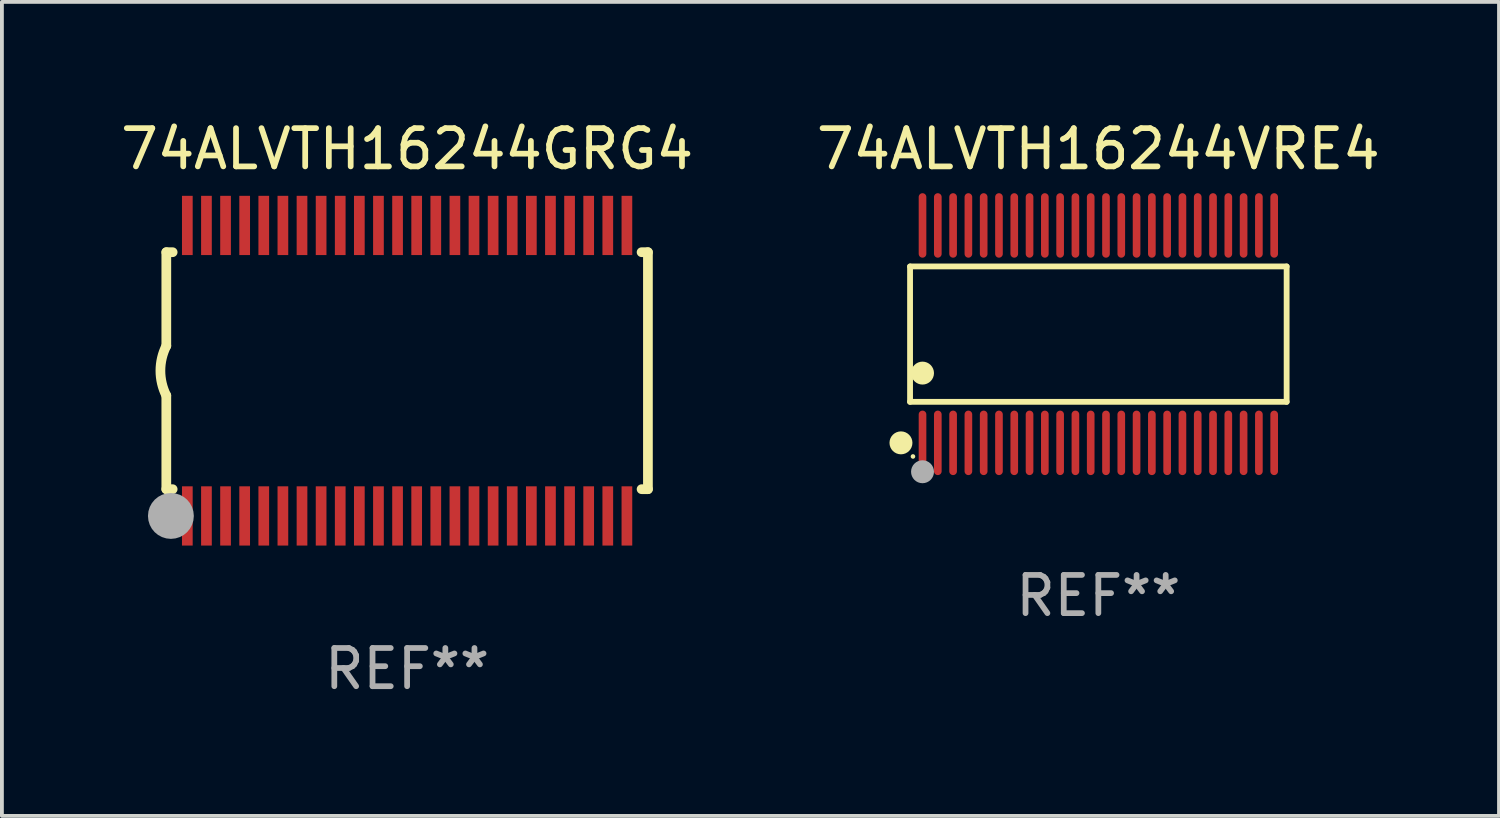
<source format=kicad_pcb>
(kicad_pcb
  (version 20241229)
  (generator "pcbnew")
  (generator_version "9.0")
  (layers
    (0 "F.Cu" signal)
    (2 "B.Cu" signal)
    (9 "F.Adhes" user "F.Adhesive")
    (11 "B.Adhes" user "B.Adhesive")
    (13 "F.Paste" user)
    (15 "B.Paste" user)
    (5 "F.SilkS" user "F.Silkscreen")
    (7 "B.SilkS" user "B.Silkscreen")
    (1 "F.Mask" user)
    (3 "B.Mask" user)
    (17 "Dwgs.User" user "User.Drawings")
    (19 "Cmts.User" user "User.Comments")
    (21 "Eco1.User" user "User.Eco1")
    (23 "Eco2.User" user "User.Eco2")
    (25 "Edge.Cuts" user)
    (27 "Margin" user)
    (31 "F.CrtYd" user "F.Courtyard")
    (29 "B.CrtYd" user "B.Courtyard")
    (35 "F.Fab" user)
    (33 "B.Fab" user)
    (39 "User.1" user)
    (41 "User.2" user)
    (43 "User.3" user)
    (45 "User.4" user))
  (footprint "74ALVTH16244GRG4"
    (layer "F.Cu")
    (at 7.601 6.648)
    (property "Reference" "74ALVTH16244GRG4" (at 0 -5.8 0) (layer "F.SilkS") (effects (font (size 1 1) (thickness 0.15))))
    (attr through_hole)
    (fp_line (start -6.3 -3.1) (end -6.3 -0.65) (stroke (width 0.254) (type solid)) (layer "F.SilkS"))
    (fp_line (start -6.3 -3.1) (end -6.134 -3.1) (stroke (width 0.254) (type solid)) (layer "F.SilkS"))
    (fp_line (start -6.3 3.1) (end -6.3 0.65) (stroke (width 0.254) (type solid)) (layer "F.SilkS"))
    (fp_line (start -6.3 3.1) (end -6.134 3.1) (stroke (width 0.254) (type solid)) (layer "F.SilkS"))
    (fp_line (start 6.134 -3.1) (end 6.3 -3.1) (stroke (width 0.254) (type solid)) (layer "F.SilkS"))
    (fp_line (start 6.134 3.1) (end 6.3 3.1) (stroke (width 0.254) (type solid)) (layer "F.SilkS"))
    (fp_line (start 6.3 -3.1) (end 6.3 3.1) (stroke (width 0.254) (type solid)) (layer "F.SilkS"))
    (fp_arc (start -6.301016 0.650114) (mid -6.45413 -0.000082) (end -6.3 -0.650038) (stroke (width 0.254001) (type solid)) (layer "F.SilkS"))
    (fp_circle (center -6.35 3.81) (end -6.223 3.81) (stroke (width 0.254) (type solid)) (fill no) (layer "F.SilkS"))
    (fp_circle (center -6.25 4.05) (end -6.22 4.05) (stroke (width 0.06) (type solid)) (fill no) (layer "F.SilkS"))
    (fp_circle (center -6.18 3.8) (end -5.88 3.8) (stroke (width 0.6) (type solid)) (fill no) (layer "F.Fab"))
    (fp_text user "REF**" (at 0 7.8 0) (layer "F.Fab") (effects (font (size 1 1) (thickness 0.15))))
    (pad "1" smd rect (at -5.75 3.8) (size 0.28 1.55) (layers "F.Cu" "F.Mask" "F.Paste"))
    (pad "2" smd rect (at -5.25 3.8) (size 0.28 1.55) (layers "F.Cu" "F.Mask" "F.Paste"))
    (pad "3" smd rect (at -4.75 3.8) (size 0.28 1.55) (layers "F.Cu" "F.Mask" "F.Paste"))
    (pad "4" smd rect (at -4.25 3.8) (size 0.28 1.55) (layers "F.Cu" "F.Mask" "F.Paste"))
    (pad "5" smd rect (at -3.75 3.8) (size 0.28 1.55) (layers "F.Cu" "F.Mask" "F.Paste"))
    (pad "6" smd rect (at -3.25 3.8) (size 0.28 1.55) (layers "F.Cu" "F.Mask" "F.Paste"))
    (pad "7" smd rect (at -2.75 3.8) (size 0.28 1.55) (layers "F.Cu" "F.Mask" "F.Paste"))
    (pad "8" smd rect (at -2.25 3.8) (size 0.28 1.55) (layers "F.Cu" "F.Mask" "F.Paste"))
    (pad "9" smd rect (at -1.75 3.8) (size 0.28 1.55) (layers "F.Cu" "F.Mask" "F.Paste"))
    (pad "10" smd rect (at -1.25 3.8) (size 0.28 1.55) (layers "F.Cu" "F.Mask" "F.Paste"))
    (pad "11" smd rect (at -0.75 3.8) (size 0.28 1.55) (layers "F.Cu" "F.Mask" "F.Paste"))
    (pad "12" smd rect (at -0.25 3.8) (size 0.28 1.55) (layers "F.Cu" "F.Mask" "F.Paste"))
    (pad "13" smd rect (at 0.25 3.8) (size 0.28 1.55) (layers "F.Cu" "F.Mask" "F.Paste"))
    (pad "14" smd rect (at 0.75 3.8) (size 0.28 1.55) (layers "F.Cu" "F.Mask" "F.Paste"))
    (pad "15" smd rect (at 1.25 3.8) (size 0.28 1.55) (layers "F.Cu" "F.Mask" "F.Paste"))
    (pad "16" smd rect (at 1.75 3.8) (size 0.28 1.55) (layers "F.Cu" "F.Mask" "F.Paste"))
    (pad "17" smd rect (at 2.25 3.8) (size 0.28 1.55) (layers "F.Cu" "F.Mask" "F.Paste"))
    (pad "18" smd rect (at 2.75 3.8) (size 0.28 1.55) (layers "F.Cu" "F.Mask" "F.Paste"))
    (pad "19" smd rect (at 3.25 3.8) (size 0.28 1.55) (layers "F.Cu" "F.Mask" "F.Paste"))
    (pad "20" smd rect (at 3.75 3.8) (size 0.28 1.55) (layers "F.Cu" "F.Mask" "F.Paste"))
    (pad "21" smd rect (at 4.25 3.8) (size 0.28 1.55) (layers "F.Cu" "F.Mask" "F.Paste"))
    (pad "22" smd rect (at 4.75 3.8) (size 0.28 1.55) (layers "F.Cu" "F.Mask" "F.Paste"))
    (pad "23" smd rect (at 5.25 3.8) (size 0.28 1.55) (layers "F.Cu" "F.Mask" "F.Paste"))
    (pad "24" smd rect (at 5.75 3.8) (size 0.28 1.55) (layers "F.Cu" "F.Mask" "F.Paste"))
    (pad "25" smd rect (at 5.75 -3.8) (size 0.28 1.55) (layers "F.Cu" "F.Mask" "F.Paste"))
    (pad "26" smd rect (at 5.25 -3.8) (size 0.28 1.55) (layers "F.Cu" "F.Mask" "F.Paste"))
    (pad "27" smd rect (at 4.75 -3.8) (size 0.28 1.55) (layers "F.Cu" "F.Mask" "F.Paste"))
    (pad "28" smd rect (at 4.25 -3.8) (size 0.28 1.55) (layers "F.Cu" "F.Mask" "F.Paste"))
    (pad "29" smd rect (at 3.75 -3.8) (size 0.28 1.55) (layers "F.Cu" "F.Mask" "F.Paste"))
    (pad "30" smd rect (at 3.25 -3.8) (size 0.28 1.55) (layers "F.Cu" "F.Mask" "F.Paste"))
    (pad "31" smd rect (at 2.75 -3.8) (size 0.28 1.55) (layers "F.Cu" "F.Mask" "F.Paste"))
    (pad "32" smd rect (at 2.25 -3.8) (size 0.28 1.55) (layers "F.Cu" "F.Mask" "F.Paste"))
    (pad "33" smd rect (at 1.75 -3.8) (size 0.28 1.55) (layers "F.Cu" "F.Mask" "F.Paste"))
    (pad "34" smd rect (at 1.25 -3.8) (size 0.28 1.55) (layers "F.Cu" "F.Mask" "F.Paste"))
    (pad "35" smd rect (at 0.75 -3.8) (size 0.28 1.55) (layers "F.Cu" "F.Mask" "F.Paste"))
    (pad "36" smd rect (at 0.25 -3.8) (size 0.28 1.55) (layers "F.Cu" "F.Mask" "F.Paste"))
    (pad "37" smd rect (at -0.25 -3.8) (size 0.28 1.55) (layers "F.Cu" "F.Mask" "F.Paste"))
    (pad "38" smd rect (at -0.75 -3.8) (size 0.28 1.55) (layers "F.Cu" "F.Mask" "F.Paste"))
    (pad "39" smd rect (at -1.25 -3.8) (size 0.28 1.55) (layers "F.Cu" "F.Mask" "F.Paste"))
    (pad "40" smd rect (at -1.75 -3.8) (size 0.28 1.55) (layers "F.Cu" "F.Mask" "F.Paste"))
    (pad "41" smd rect (at -2.25 -3.8) (size 0.28 1.55) (layers "F.Cu" "F.Mask" "F.Paste"))
    (pad "42" smd rect (at -2.75 -3.8) (size 0.28 1.55) (layers "F.Cu" "F.Mask" "F.Paste"))
    (pad "43" smd rect (at -3.25 -3.8) (size 0.28 1.55) (layers "F.Cu" "F.Mask" "F.Paste"))
    (pad "44" smd rect (at -3.75 -3.8) (size 0.28 1.55) (layers "F.Cu" "F.Mask" "F.Paste"))
    (pad "45" smd rect (at -4.25 -3.8) (size 0.28 1.55) (layers "F.Cu" "F.Mask" "F.Paste"))
    (pad "46" smd rect (at -4.75 -3.8) (size 0.28 1.55) (layers "F.Cu" "F.Mask" "F.Paste"))
    (pad "47" smd rect (at -5.25 -3.8) (size 0.28 1.55) (layers "F.Cu" "F.Mask" "F.Paste"))
    (pad "48" smd rect (at -5.75 -3.8) (size 0.28 1.55) (layers "F.Cu" "F.Mask" "F.Paste")))
  (footprint "74ALVTH16244VRE4"
    (layer "F.Cu")
    (at 25.685 5.692)
    (property "Reference" "74ALVTH16244VRE4" (at 0 -4.844 0) (layer "F.SilkS") (effects (font (size 1 1) (thickness 0.15))))
    (attr through_hole)
    (fp_line (start -4.926 -1.771) (end 4.926 -1.771) (stroke (width 0.152) (type solid)) (layer "F.SilkS"))
    (fp_line (start -4.926 1.771) (end -4.926 -1.771) (stroke (width 0.152) (type solid)) (layer "F.SilkS"))
    (fp_line (start 4.926 -1.771) (end 4.926 1.771) (stroke (width 0.152) (type solid)) (layer "F.SilkS"))
    (fp_line (start 4.926 1.771) (end -4.926 1.771) (stroke (width 0.152) (type solid)) (layer "F.SilkS"))
    (fp_circle (center -5.164 2.844) (end -5.014 2.844) (stroke (width 0.3) (type solid)) (fill no) (layer "F.SilkS"))
    (fp_circle (center -4.85 3.2) (end -4.82 3.2) (stroke (width 0.06) (type solid)) (fill no) (layer "F.SilkS"))
    (fp_circle (center -4.6 1.019) (end -4.45 1.019) (stroke (width 0.3) (type solid)) (fill no) (layer "F.SilkS"))
    (fp_circle (center -4.6 3.6) (end -4.45 3.6) (stroke (width 0.3) (type solid)) (fill no) (layer "F.Fab"))
    (fp_text user "REF**" (at 0 6.844 0) (layer "F.Fab") (effects (font (size 1 1) (thickness 0.15))))
    (pad "1" smd oval (at -4.6 2.844) (size 0.2 1.687) (layers "F.Cu" "F.Mask" "F.Paste"))
    (pad "2" smd oval (at -4.2 2.844) (size 0.2 1.687) (layers "F.Cu" "F.Mask" "F.Paste"))
    (pad "3" smd oval (at -3.8 2.844) (size 0.2 1.687) (layers "F.Cu" "F.Mask" "F.Paste"))
    (pad "4" smd oval (at -3.4 2.844) (size 0.2 1.687) (layers "F.Cu" "F.Mask" "F.Paste"))
    (pad "5" smd oval (at -3 2.844) (size 0.2 1.687) (layers "F.Cu" "F.Mask" "F.Paste"))
    (pad "6" smd oval (at -2.6 2.844) (size 0.2 1.687) (layers "F.Cu" "F.Mask" "F.Paste"))
    (pad "7" smd oval (at -2.2 2.844) (size 0.2 1.687) (layers "F.Cu" "F.Mask" "F.Paste"))
    (pad "8" smd oval (at -1.8 2.844) (size 0.2 1.687) (layers "F.Cu" "F.Mask" "F.Paste"))
    (pad "9" smd oval (at -1.4 2.844) (size 0.2 1.687) (layers "F.Cu" "F.Mask" "F.Paste"))
    (pad "10" smd oval (at -1 2.844) (size 0.2 1.687) (layers "F.Cu" "F.Mask" "F.Paste"))
    (pad "11" smd oval (at -0.6 2.844) (size 0.2 1.687) (layers "F.Cu" "F.Mask" "F.Paste"))
    (pad "12" smd oval (at -0.2 2.844) (size 0.2 1.687) (layers "F.Cu" "F.Mask" "F.Paste"))
    (pad "13" smd oval (at 0.2 2.844) (size 0.2 1.687) (layers "F.Cu" "F.Mask" "F.Paste"))
    (pad "14" smd oval (at 0.6 2.844) (size 0.2 1.687) (layers "F.Cu" "F.Mask" "F.Paste"))
    (pad "15" smd oval (at 1 2.844) (size 0.2 1.687) (layers "F.Cu" "F.Mask" "F.Paste"))
    (pad "16" smd oval (at 1.4 2.844) (size 0.2 1.687) (layers "F.Cu" "F.Mask" "F.Paste"))
    (pad "17" smd oval (at 1.8 2.844) (size 0.2 1.687) (layers "F.Cu" "F.Mask" "F.Paste"))
    (pad "18" smd oval (at 2.2 2.844) (size 0.2 1.687) (layers "F.Cu" "F.Mask" "F.Paste"))
    (pad "19" smd oval (at 2.6 2.844) (size 0.2 1.687) (layers "F.Cu" "F.Mask" "F.Paste"))
    (pad "20" smd oval (at 3 2.844) (size 0.2 1.687) (layers "F.Cu" "F.Mask" "F.Paste"))
    (pad "21" smd oval (at 3.4 2.844) (size 0.2 1.687) (layers "F.Cu" "F.Mask" "F.Paste"))
    (pad "22" smd oval (at 3.8 2.844) (size 0.2 1.687) (layers "F.Cu" "F.Mask" "F.Paste"))
    (pad "23" smd oval (at 4.2 2.844) (size 0.2 1.687) (layers "F.Cu" "F.Mask" "F.Paste"))
    (pad "24" smd oval (at 4.6 2.844) (size 0.2 1.687) (layers "F.Cu" "F.Mask" "F.Paste"))
    (pad "25" smd oval (at 4.6 -2.844) (size 0.2 1.687) (layers "F.Cu" "F.Mask" "F.Paste"))
    (pad "26" smd oval (at 4.2 -2.844) (size 0.2 1.687) (layers "F.Cu" "F.Mask" "F.Paste"))
    (pad "27" smd oval (at 3.8 -2.844) (size 0.2 1.687) (layers "F.Cu" "F.Mask" "F.Paste"))
    (pad "28" smd oval (at 3.4 -2.844) (size 0.2 1.687) (layers "F.Cu" "F.Mask" "F.Paste"))
    (pad "29" smd oval (at 3 -2.844) (size 0.2 1.687) (layers "F.Cu" "F.Mask" "F.Paste"))
    (pad "30" smd oval (at 2.6 -2.844) (size 0.2 1.687) (layers "F.Cu" "F.Mask" "F.Paste"))
    (pad "31" smd oval (at 2.2 -2.844) (size 0.2 1.687) (layers "F.Cu" "F.Mask" "F.Paste"))
    (pad "32" smd oval (at 1.8 -2.844) (size 0.2 1.687) (layers "F.Cu" "F.Mask" "F.Paste"))
    (pad "33" smd oval (at 1.4 -2.844) (size 0.2 1.687) (layers "F.Cu" "F.Mask" "F.Paste"))
    (pad "34" smd oval (at 1 -2.844) (size 0.2 1.687) (layers "F.Cu" "F.Mask" "F.Paste"))
    (pad "35" smd oval (at 0.6 -2.844) (size 0.2 1.687) (layers "F.Cu" "F.Mask" "F.Paste"))
    (pad "36" smd oval (at 0.2 -2.844) (size 0.2 1.687) (layers "F.Cu" "F.Mask" "F.Paste"))
    (pad "37" smd oval (at -0.2 -2.844) (size 0.2 1.687) (layers "F.Cu" "F.Mask" "F.Paste"))
    (pad "38" smd oval (at -0.6 -2.844) (size 0.2 1.687) (layers "F.Cu" "F.Mask" "F.Paste"))
    (pad "39" smd oval (at -1 -2.844) (size 0.2 1.687) (layers "F.Cu" "F.Mask" "F.Paste"))
    (pad "40" smd oval (at -1.4 -2.844) (size 0.2 1.687) (layers "F.Cu" "F.Mask" "F.Paste"))
    (pad "41" smd oval (at -1.8 -2.844) (size 0.2 1.687) (layers "F.Cu" "F.Mask" "F.Paste"))
    (pad "42" smd oval (at -2.2 -2.844) (size 0.2 1.687) (layers "F.Cu" "F.Mask" "F.Paste"))
    (pad "43" smd oval (at -2.6 -2.844) (size 0.2 1.687) (layers "F.Cu" "F.Mask" "F.Paste"))
    (pad "44" smd oval (at -3 -2.844) (size 0.2 1.687) (layers "F.Cu" "F.Mask" "F.Paste"))
    (pad "45" smd oval (at -3.4 -2.844) (size 0.2 1.687) (layers "F.Cu" "F.Mask" "F.Paste"))
    (pad "46" smd oval (at -3.8 -2.844) (size 0.2 1.687) (layers "F.Cu" "F.Mask" "F.Paste"))
    (pad "47" smd oval (at -4.2 -2.844) (size 0.2 1.687) (layers "F.Cu" "F.Mask" "F.Paste"))
    (pad "48" smd oval (at -4.6 -2.844) (size 0.2 1.687) (layers "F.Cu" "F.Mask" "F.Paste")))
  (gr_rect
    (start -3 -3)
    (end 36.167 18.296)
    (stroke (width 0.1) (type default))
    (fill no)
    (layer "Edge.Cuts")))
</source>
